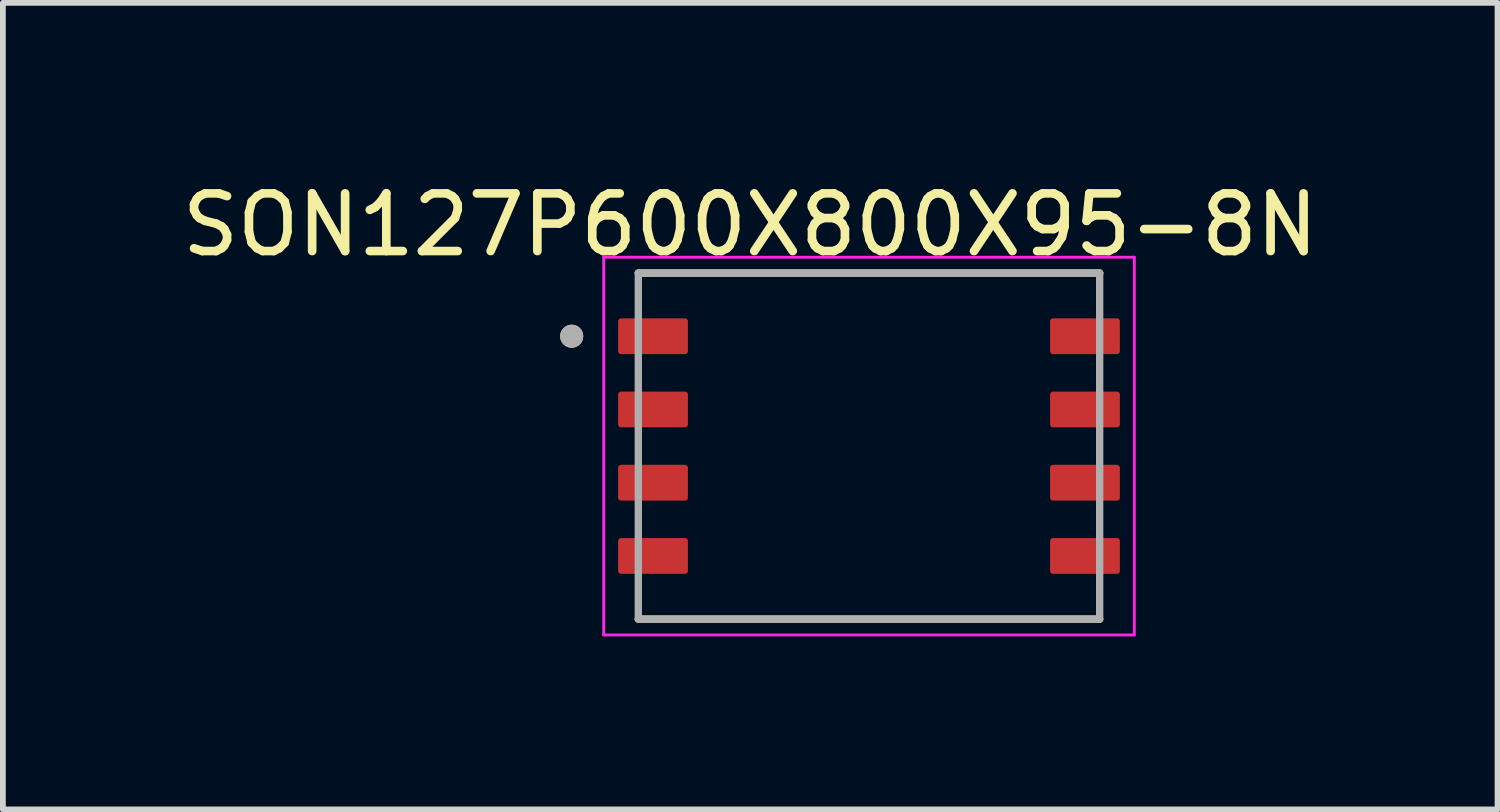
<source format=kicad_pcb>
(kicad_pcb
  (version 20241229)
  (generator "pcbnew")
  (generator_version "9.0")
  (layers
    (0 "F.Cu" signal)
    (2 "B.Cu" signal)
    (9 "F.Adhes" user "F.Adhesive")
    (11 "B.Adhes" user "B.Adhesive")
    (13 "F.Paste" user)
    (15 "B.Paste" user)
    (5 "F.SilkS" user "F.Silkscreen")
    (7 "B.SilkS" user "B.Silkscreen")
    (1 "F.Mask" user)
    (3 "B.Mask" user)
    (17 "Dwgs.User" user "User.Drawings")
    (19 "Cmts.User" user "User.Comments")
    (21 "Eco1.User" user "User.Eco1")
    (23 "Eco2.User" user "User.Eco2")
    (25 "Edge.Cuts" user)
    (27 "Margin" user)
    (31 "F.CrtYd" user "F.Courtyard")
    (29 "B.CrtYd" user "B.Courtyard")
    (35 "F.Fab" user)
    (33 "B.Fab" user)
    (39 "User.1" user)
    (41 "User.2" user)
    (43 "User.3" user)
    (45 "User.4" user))
  (footprint "SON127P600X800X95-8N"
    (layer "F.Cu")
    (at 12.018 4.685)
    (property "Reference" "SON127P600X800X95-8N" (at -2.06 -3.837 0) (layer "F.SilkS") (effects (font (size 1 1) (thickness 0.15))))
    (attr smd)
    (fp_line (start -4 -3) (end 4 -3) (stroke (width 0.127) (type solid)) (layer "F.SilkS"))
    (fp_line (start -4 3) (end 4 3) (stroke (width 0.127) (type solid)) (layer "F.SilkS"))
    (fp_circle (center -5.155 -1.905) (end -5.055 -1.905) (stroke (width 0.2) (type solid)) (fill no) (layer "F.SilkS"))
    (fp_line (start -4.6 -3.275) (end -4.6 3.275) (stroke (width 0.05) (type solid)) (layer "F.CrtYd"))
    (fp_line (start -4.6 -3.275) (end 4.6 -3.275) (stroke (width 0.05) (type solid)) (layer "F.CrtYd"))
    (fp_line (start -4.6 3.275) (end 4.6 3.275) (stroke (width 0.05) (type solid)) (layer "F.CrtYd"))
    (fp_line (start 4.6 -3.275) (end 4.6 3.275) (stroke (width 0.05) (type solid)) (layer "F.CrtYd"))
    (fp_line (start -4 -3) (end -4 3) (stroke (width 0.127) (type solid)) (layer "F.Fab"))
    (fp_line (start -4 -3) (end 4 -3) (stroke (width 0.127) (type solid)) (layer "F.Fab"))
    (fp_line (start -4 3) (end 4 3) (stroke (width 0.127) (type solid)) (layer "F.Fab"))
    (fp_line (start 4 -3) (end 4 3) (stroke (width 0.127) (type solid)) (layer "F.Fab"))
    (fp_circle (center -5.155 -1.905) (end -5.055 -1.905) (stroke (width 0.2) (type solid)) (fill no) (layer "F.Fab"))
    (pad "1" smd roundrect (at -3.745 -1.905) (size 1.21 0.62) (layers "F.Cu" "F.Mask" "F.Paste") (roundrect_rratio 0.08))
    (pad "2" smd roundrect (at -3.745 -0.635) (size 1.21 0.62) (layers "F.Cu" "F.Mask" "F.Paste") (roundrect_rratio 0.08))
    (pad "3" smd roundrect (at -3.745 0.635) (size 1.21 0.62) (layers "F.Cu" "F.Mask" "F.Paste") (roundrect_rratio 0.08))
    (pad "4" smd roundrect (at -3.745 1.905) (size 1.21 0.62) (layers "F.Cu" "F.Mask" "F.Paste") (roundrect_rratio 0.08))
    (pad "5" smd roundrect (at 3.745 1.905) (size 1.21 0.62) (layers "F.Cu" "F.Mask" "F.Paste") (roundrect_rratio 0.08))
    (pad "6" smd roundrect (at 3.745 0.635) (size 1.21 0.62) (layers "F.Cu" "F.Mask" "F.Paste") (roundrect_rratio 0.08))
    (pad "7" smd roundrect (at 3.745 -0.635) (size 1.21 0.62) (layers "F.Cu" "F.Mask" "F.Paste") (roundrect_rratio 0.08))
    (pad "8" smd roundrect (at 3.745 -1.905) (size 1.21 0.62) (layers "F.Cu" "F.Mask" "F.Paste") (roundrect_rratio 0.08)))
  (gr_rect
    (start -3 -3)
    (end 22.917 10.985)
    (stroke (width 0.1) (type default))
    (fill no)
    (layer "Edge.Cuts")))
</source>
